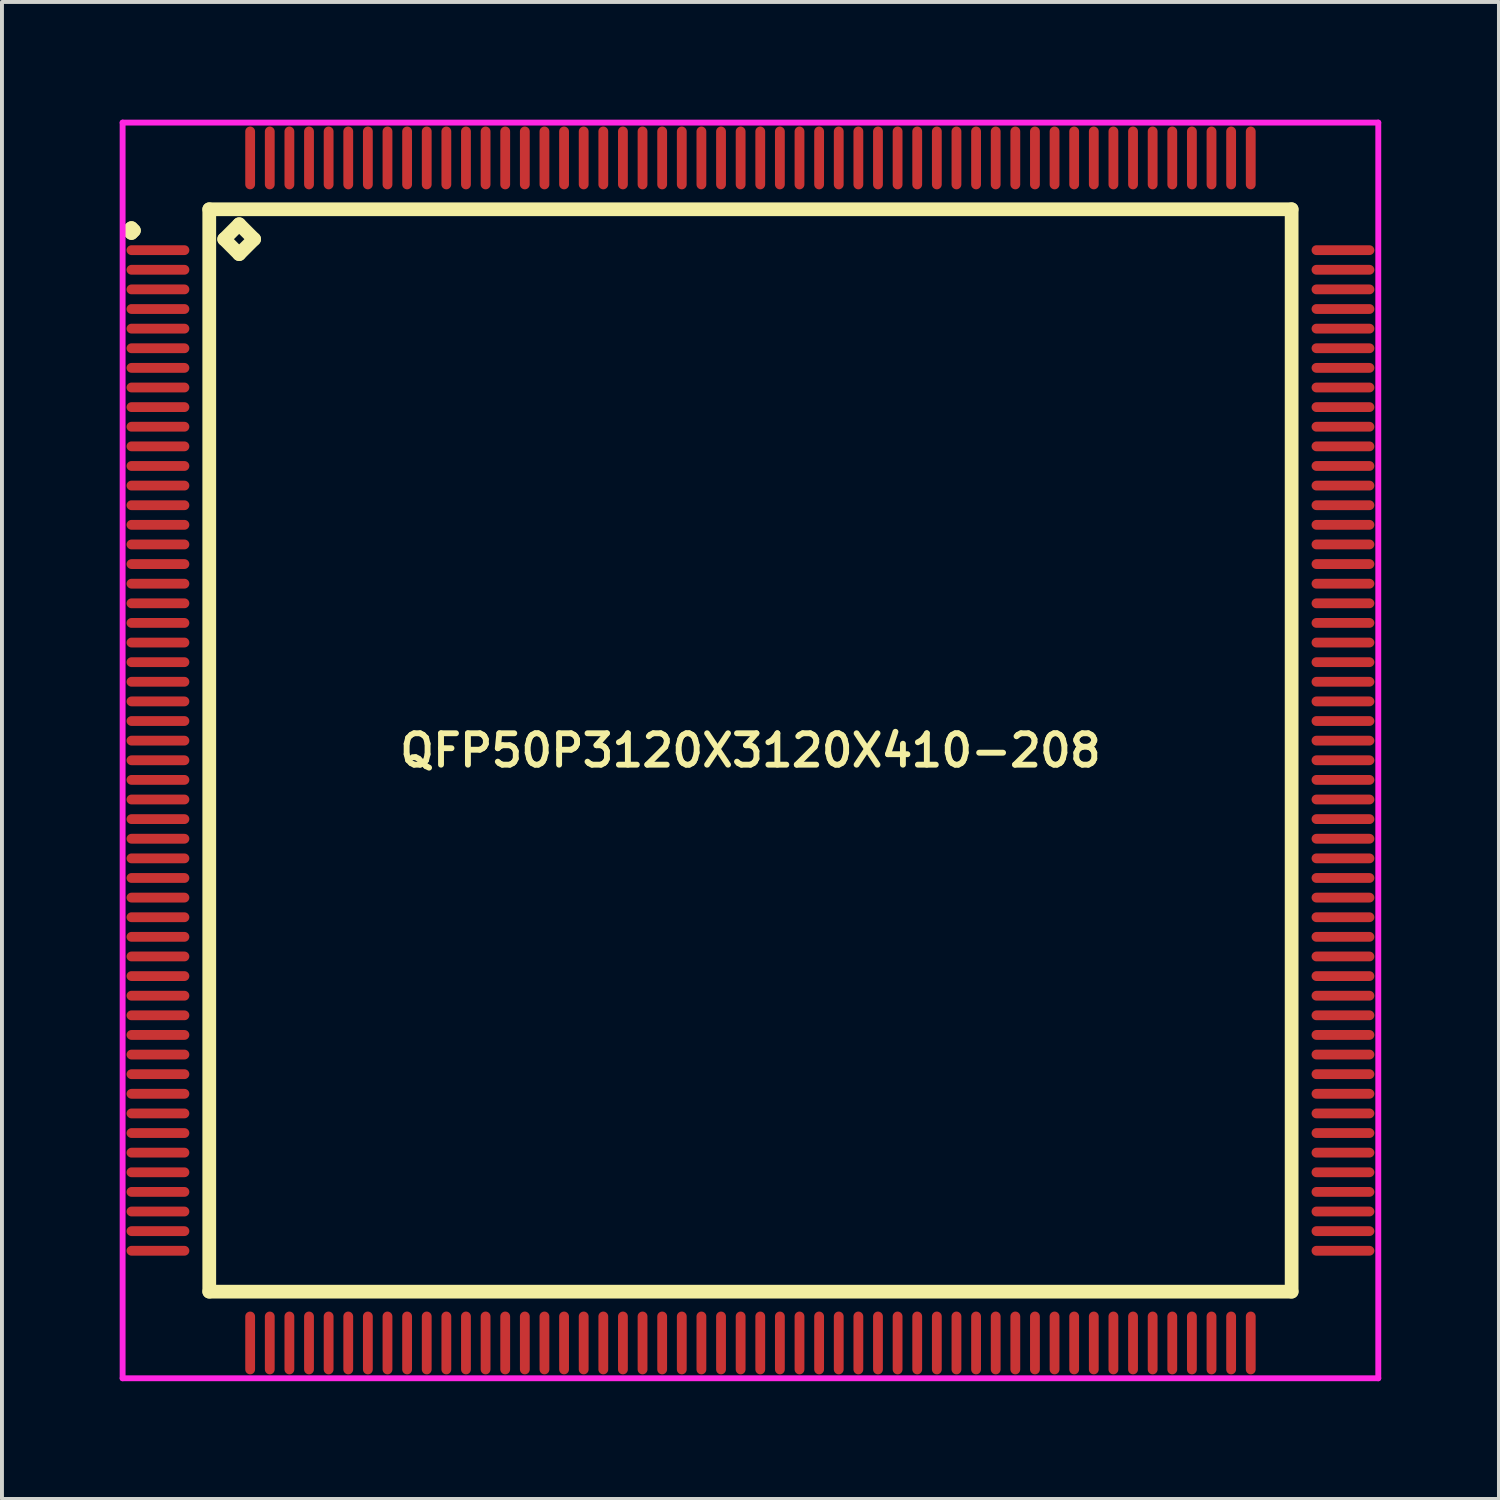
<source format=kicad_pcb>
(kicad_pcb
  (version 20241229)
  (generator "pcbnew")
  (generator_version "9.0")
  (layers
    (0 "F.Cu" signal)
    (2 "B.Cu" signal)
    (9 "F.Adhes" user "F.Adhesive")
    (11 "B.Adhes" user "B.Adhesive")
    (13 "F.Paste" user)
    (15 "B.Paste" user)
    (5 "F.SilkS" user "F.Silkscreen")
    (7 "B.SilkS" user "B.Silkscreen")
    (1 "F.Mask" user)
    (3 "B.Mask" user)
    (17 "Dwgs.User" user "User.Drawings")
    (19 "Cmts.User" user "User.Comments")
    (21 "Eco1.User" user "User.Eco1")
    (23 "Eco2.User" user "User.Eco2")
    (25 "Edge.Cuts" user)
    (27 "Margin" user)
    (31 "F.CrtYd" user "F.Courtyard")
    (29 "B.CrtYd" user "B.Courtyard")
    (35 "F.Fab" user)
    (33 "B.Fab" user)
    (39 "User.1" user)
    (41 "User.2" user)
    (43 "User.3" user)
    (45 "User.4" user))
  (footprint "QFP50P3120X3120X410-208"
    (layer "F.Cu")
    (at 16.075 16.075)
    (property "Reference" "QFP50P3120X3120X410-208" (at 0 0 0) (layer "F.SilkS") (effects (font (size 0.8 0.8) (thickness 0.15))))
    (attr through_hole)
    (fp_line (start -15.838 -13.25) (end -15.775 -13.312) (stroke (width 0.35) (type solid)) (layer "F.SilkS"))
    (fp_line (start -15.775 -13.312) (end -15.713 -13.25) (stroke (width 0.35) (type solid)) (layer "F.SilkS"))
    (fp_line (start -15.775 -13.188) (end -15.838 -13.25) (stroke (width 0.35) (type solid)) (layer "F.SilkS"))
    (fp_line (start -15.713 -13.25) (end -15.775 -13.188) (stroke (width 0.35) (type solid)) (layer "F.SilkS"))
    (fp_line (start -13.792 -13.792) (end -13.792 13.792) (stroke (width 0.35) (type solid)) (layer "F.SilkS"))
    (fp_line (start -13.792 13.792) (end 13.792 13.792) (stroke (width 0.35) (type solid)) (layer "F.SilkS"))
    (fp_line (start -13.411 -13.03) (end -13.03 -13.411) (stroke (width 0.35) (type solid)) (layer "F.SilkS"))
    (fp_line (start -13.03 -13.411) (end -12.649 -13.03) (stroke (width 0.35) (type solid)) (layer "F.SilkS"))
    (fp_line (start -13.03 -12.649) (end -13.411 -13.03) (stroke (width 0.35) (type solid)) (layer "F.SilkS"))
    (fp_line (start -12.649 -13.03) (end -13.03 -12.649) (stroke (width 0.35) (type solid)) (layer "F.SilkS"))
    (fp_line (start 13.792 -13.792) (end -13.792 -13.792) (stroke (width 0.35) (type solid)) (layer "F.SilkS"))
    (fp_line (start 13.792 13.792) (end 13.792 -13.792) (stroke (width 0.35) (type solid)) (layer "F.SilkS"))
    (fp_line (start -16 -16) (end 16 -16) (stroke (width 0.15) (type solid)) (layer "F.CrtYd"))
    (fp_line (start -16 16) (end -16 -16) (stroke (width 0.15) (type solid)) (layer "F.CrtYd"))
    (fp_line (start 16 -16) (end 16 16) (stroke (width 0.15) (type solid)) (layer "F.CrtYd"))
    (fp_line (start 16 16) (end -16 16) (stroke (width 0.15) (type solid)) (layer "F.CrtYd"))
    (pad "1" smd oval (at -15.1 -12.75) (size 1.6 0.25) (layers "F.Cu" "F.Mask" "F.Paste"))
    (pad "2" smd oval (at -15.1 -12.25) (size 1.6 0.25) (layers "F.Cu" "F.Mask" "F.Paste"))
    (pad "3" smd oval (at -15.1 -11.75) (size 1.6 0.25) (layers "F.Cu" "F.Mask" "F.Paste"))
    (pad "4" smd oval (at -15.1 -11.25) (size 1.6 0.25) (layers "F.Cu" "F.Mask" "F.Paste"))
    (pad "5" smd oval (at -15.1 -10.75) (size 1.6 0.25) (layers "F.Cu" "F.Mask" "F.Paste"))
    (pad "6" smd oval (at -15.1 -10.25) (size 1.6 0.25) (layers "F.Cu" "F.Mask" "F.Paste"))
    (pad "7" smd oval (at -15.1 -9.75) (size 1.6 0.25) (layers "F.Cu" "F.Mask" "F.Paste"))
    (pad "8" smd oval (at -15.1 -9.25) (size 1.6 0.25) (layers "F.Cu" "F.Mask" "F.Paste"))
    (pad "9" smd oval (at -15.1 -8.75) (size 1.6 0.25) (layers "F.Cu" "F.Mask" "F.Paste"))
    (pad "10" smd oval (at -15.1 -8.25) (size 1.6 0.25) (layers "F.Cu" "F.Mask" "F.Paste"))
    (pad "11" smd oval (at -15.1 -7.75) (size 1.6 0.25) (layers "F.Cu" "F.Mask" "F.Paste"))
    (pad "12" smd oval (at -15.1 -7.25) (size 1.6 0.25) (layers "F.Cu" "F.Mask" "F.Paste"))
    (pad "13" smd oval (at -15.1 -6.75) (size 1.6 0.25) (layers "F.Cu" "F.Mask" "F.Paste"))
    (pad "14" smd oval (at -15.1 -6.25) (size 1.6 0.25) (layers "F.Cu" "F.Mask" "F.Paste"))
    (pad "15" smd oval (at -15.1 -5.75) (size 1.6 0.25) (layers "F.Cu" "F.Mask" "F.Paste"))
    (pad "16" smd oval (at -15.1 -5.25) (size 1.6 0.25) (layers "F.Cu" "F.Mask" "F.Paste"))
    (pad "17" smd oval (at -15.1 -4.75) (size 1.6 0.25) (layers "F.Cu" "F.Mask" "F.Paste"))
    (pad "18" smd oval (at -15.1 -4.25) (size 1.6 0.25) (layers "F.Cu" "F.Mask" "F.Paste"))
    (pad "19" smd oval (at -15.1 -3.75) (size 1.6 0.25) (layers "F.Cu" "F.Mask" "F.Paste"))
    (pad "20" smd oval (at -15.1 -3.25) (size 1.6 0.25) (layers "F.Cu" "F.Mask" "F.Paste"))
    (pad "21" smd oval (at -15.1 -2.75) (size 1.6 0.25) (layers "F.Cu" "F.Mask" "F.Paste"))
    (pad "22" smd oval (at -15.1 -2.25) (size 1.6 0.25) (layers "F.Cu" "F.Mask" "F.Paste"))
    (pad "23" smd oval (at -15.1 -1.75) (size 1.6 0.25) (layers "F.Cu" "F.Mask" "F.Paste"))
    (pad "24" smd oval (at -15.1 -1.25) (size 1.6 0.25) (layers "F.Cu" "F.Mask" "F.Paste"))
    (pad "25" smd oval (at -15.1 -0.75) (size 1.6 0.25) (layers "F.Cu" "F.Mask" "F.Paste"))
    (pad "26" smd oval (at -15.1 -0.25) (size 1.6 0.25) (layers "F.Cu" "F.Mask" "F.Paste"))
    (pad "27" smd oval (at -15.1 0.25) (size 1.6 0.25) (layers "F.Cu" "F.Mask" "F.Paste"))
    (pad "28" smd oval (at -15.1 0.75) (size 1.6 0.25) (layers "F.Cu" "F.Mask" "F.Paste"))
    (pad "29" smd oval (at -15.1 1.25) (size 1.6 0.25) (layers "F.Cu" "F.Mask" "F.Paste"))
    (pad "30" smd oval (at -15.1 1.75) (size 1.6 0.25) (layers "F.Cu" "F.Mask" "F.Paste"))
    (pad "31" smd oval (at -15.1 2.25) (size 1.6 0.25) (layers "F.Cu" "F.Mask" "F.Paste"))
    (pad "32" smd oval (at -15.1 2.75) (size 1.6 0.25) (layers "F.Cu" "F.Mask" "F.Paste"))
    (pad "33" smd oval (at -15.1 3.25) (size 1.6 0.25) (layers "F.Cu" "F.Mask" "F.Paste"))
    (pad "34" smd oval (at -15.1 3.75) (size 1.6 0.25) (layers "F.Cu" "F.Mask" "F.Paste"))
    (pad "35" smd oval (at -15.1 4.25) (size 1.6 0.25) (layers "F.Cu" "F.Mask" "F.Paste"))
    (pad "36" smd oval (at -15.1 4.75) (size 1.6 0.25) (layers "F.Cu" "F.Mask" "F.Paste"))
    (pad "37" smd oval (at -15.1 5.25) (size 1.6 0.25) (layers "F.Cu" "F.Mask" "F.Paste"))
    (pad "38" smd oval (at -15.1 5.75) (size 1.6 0.25) (layers "F.Cu" "F.Mask" "F.Paste"))
    (pad "39" smd oval (at -15.1 6.25) (size 1.6 0.25) (layers "F.Cu" "F.Mask" "F.Paste"))
    (pad "40" smd oval (at -15.1 6.75) (size 1.6 0.25) (layers "F.Cu" "F.Mask" "F.Paste"))
    (pad "41" smd oval (at -15.1 7.25) (size 1.6 0.25) (layers "F.Cu" "F.Mask" "F.Paste"))
    (pad "42" smd oval (at -15.1 7.75) (size 1.6 0.25) (layers "F.Cu" "F.Mask" "F.Paste"))
    (pad "43" smd oval (at -15.1 8.25) (size 1.6 0.25) (layers "F.Cu" "F.Mask" "F.Paste"))
    (pad "44" smd oval (at -15.1 8.75) (size 1.6 0.25) (layers "F.Cu" "F.Mask" "F.Paste"))
    (pad "45" smd oval (at -15.1 9.25) (size 1.6 0.25) (layers "F.Cu" "F.Mask" "F.Paste"))
    (pad "46" smd oval (at -15.1 9.75) (size 1.6 0.25) (layers "F.Cu" "F.Mask" "F.Paste"))
    (pad "47" smd oval (at -15.1 10.25) (size 1.6 0.25) (layers "F.Cu" "F.Mask" "F.Paste"))
    (pad "48" smd oval (at -15.1 10.75) (size 1.6 0.25) (layers "F.Cu" "F.Mask" "F.Paste"))
    (pad "49" smd oval (at -15.1 11.25) (size 1.6 0.25) (layers "F.Cu" "F.Mask" "F.Paste"))
    (pad "50" smd oval (at -15.1 11.75) (size 1.6 0.25) (layers "F.Cu" "F.Mask" "F.Paste"))
    (pad "51" smd oval (at -15.1 12.25) (size 1.6 0.25) (layers "F.Cu" "F.Mask" "F.Paste"))
    (pad "52" smd oval (at -15.1 12.75) (size 1.6 0.25) (layers "F.Cu" "F.Mask" "F.Paste"))
    (pad "53" smd oval (at -12.75 15.1) (size 0.25 1.6) (layers "F.Cu" "F.Mask" "F.Paste"))
    (pad "54" smd oval (at -12.25 15.1) (size 0.25 1.6) (layers "F.Cu" "F.Mask" "F.Paste"))
    (pad "55" smd oval (at -11.75 15.1) (size 0.25 1.6) (layers "F.Cu" "F.Mask" "F.Paste"))
    (pad "56" smd oval (at -11.25 15.1) (size 0.25 1.6) (layers "F.Cu" "F.Mask" "F.Paste"))
    (pad "57" smd oval (at -10.75 15.1) (size 0.25 1.6) (layers "F.Cu" "F.Mask" "F.Paste"))
    (pad "58" smd oval (at -10.25 15.1) (size 0.25 1.6) (layers "F.Cu" "F.Mask" "F.Paste"))
    (pad "59" smd oval (at -9.75 15.1) (size 0.25 1.6) (layers "F.Cu" "F.Mask" "F.Paste"))
    (pad "60" smd oval (at -9.25 15.1) (size 0.25 1.6) (layers "F.Cu" "F.Mask" "F.Paste"))
    (pad "61" smd oval (at -8.75 15.1) (size 0.25 1.6) (layers "F.Cu" "F.Mask" "F.Paste"))
    (pad "62" smd oval (at -8.25 15.1) (size 0.25 1.6) (layers "F.Cu" "F.Mask" "F.Paste"))
    (pad "63" smd oval (at -7.75 15.1) (size 0.25 1.6) (layers "F.Cu" "F.Mask" "F.Paste"))
    (pad "64" smd oval (at -7.25 15.1) (size 0.25 1.6) (layers "F.Cu" "F.Mask" "F.Paste"))
    (pad "65" smd oval (at -6.75 15.1) (size 0.25 1.6) (layers "F.Cu" "F.Mask" "F.Paste"))
    (pad "66" smd oval (at -6.25 15.1) (size 0.25 1.6) (layers "F.Cu" "F.Mask" "F.Paste"))
    (pad "67" smd oval (at -5.75 15.1) (size 0.25 1.6) (layers "F.Cu" "F.Mask" "F.Paste"))
    (pad "68" smd oval (at -5.25 15.1) (size 0.25 1.6) (layers "F.Cu" "F.Mask" "F.Paste"))
    (pad "69" smd oval (at -4.75 15.1) (size 0.25 1.6) (layers "F.Cu" "F.Mask" "F.Paste"))
    (pad "70" smd oval (at -4.25 15.1) (size 0.25 1.6) (layers "F.Cu" "F.Mask" "F.Paste"))
    (pad "71" smd oval (at -3.75 15.1) (size 0.25 1.6) (layers "F.Cu" "F.Mask" "F.Paste"))
    (pad "72" smd oval (at -3.25 15.1) (size 0.25 1.6) (layers "F.Cu" "F.Mask" "F.Paste"))
    (pad "73" smd oval (at -2.75 15.1) (size 0.25 1.6) (layers "F.Cu" "F.Mask" "F.Paste"))
    (pad "74" smd oval (at -2.25 15.1) (size 0.25 1.6) (layers "F.Cu" "F.Mask" "F.Paste"))
    (pad "75" smd oval (at -1.75 15.1) (size 0.25 1.6) (layers "F.Cu" "F.Mask" "F.Paste"))
    (pad "76" smd oval (at -1.25 15.1) (size 0.25 1.6) (layers "F.Cu" "F.Mask" "F.Paste"))
    (pad "77" smd oval (at -0.75 15.1) (size 0.25 1.6) (layers "F.Cu" "F.Mask" "F.Paste"))
    (pad "78" smd oval (at -0.25 15.1) (size 0.25 1.6) (layers "F.Cu" "F.Mask" "F.Paste"))
    (pad "79" smd oval (at 0.25 15.1) (size 0.25 1.6) (layers "F.Cu" "F.Mask" "F.Paste"))
    (pad "80" smd oval (at 0.75 15.1) (size 0.25 1.6) (layers "F.Cu" "F.Mask" "F.Paste"))
    (pad "81" smd oval (at 1.25 15.1) (size 0.25 1.6) (layers "F.Cu" "F.Mask" "F.Paste"))
    (pad "82" smd oval (at 1.75 15.1) (size 0.25 1.6) (layers "F.Cu" "F.Mask" "F.Paste"))
    (pad "83" smd oval (at 2.25 15.1) (size 0.25 1.6) (layers "F.Cu" "F.Mask" "F.Paste"))
    (pad "84" smd oval (at 2.75 15.1) (size 0.25 1.6) (layers "F.Cu" "F.Mask" "F.Paste"))
    (pad "85" smd oval (at 3.25 15.1) (size 0.25 1.6) (layers "F.Cu" "F.Mask" "F.Paste"))
    (pad "86" smd oval (at 3.75 15.1) (size 0.25 1.6) (layers "F.Cu" "F.Mask" "F.Paste"))
    (pad "87" smd oval (at 4.25 15.1) (size 0.25 1.6) (layers "F.Cu" "F.Mask" "F.Paste"))
    (pad "88" smd oval (at 4.75 15.1) (size 0.25 1.6) (layers "F.Cu" "F.Mask" "F.Paste"))
    (pad "89" smd oval (at 5.25 15.1) (size 0.25 1.6) (layers "F.Cu" "F.Mask" "F.Paste"))
    (pad "90" smd oval (at 5.75 15.1) (size 0.25 1.6) (layers "F.Cu" "F.Mask" "F.Paste"))
    (pad "91" smd oval (at 6.25 15.1) (size 0.25 1.6) (layers "F.Cu" "F.Mask" "F.Paste"))
    (pad "92" smd oval (at 6.75 15.1) (size 0.25 1.6) (layers "F.Cu" "F.Mask" "F.Paste"))
    (pad "93" smd oval (at 7.25 15.1) (size 0.25 1.6) (layers "F.Cu" "F.Mask" "F.Paste"))
    (pad "94" smd oval (at 7.75 15.1) (size 0.25 1.6) (layers "F.Cu" "F.Mask" "F.Paste"))
    (pad "95" smd oval (at 8.25 15.1) (size 0.25 1.6) (layers "F.Cu" "F.Mask" "F.Paste"))
    (pad "96" smd oval (at 8.75 15.1) (size 0.25 1.6) (layers "F.Cu" "F.Mask" "F.Paste"))
    (pad "97" smd oval (at 9.25 15.1) (size 0.25 1.6) (layers "F.Cu" "F.Mask" "F.Paste"))
    (pad "98" smd oval (at 9.75 15.1) (size 0.25 1.6) (layers "F.Cu" "F.Mask" "F.Paste"))
    (pad "99" smd oval (at 10.25 15.1) (size 0.25 1.6) (layers "F.Cu" "F.Mask" "F.Paste"))
    (pad "100" smd oval (at 10.75 15.1) (size 0.25 1.6) (layers "F.Cu" "F.Mask" "F.Paste"))
    (pad "101" smd oval (at 11.25 15.1) (size 0.25 1.6) (layers "F.Cu" "F.Mask" "F.Paste"))
    (pad "102" smd oval (at 11.75 15.1) (size 0.25 1.6) (layers "F.Cu" "F.Mask" "F.Paste"))
    (pad "103" smd oval (at 12.25 15.1) (size 0.25 1.6) (layers "F.Cu" "F.Mask" "F.Paste"))
    (pad "104" smd oval (at 12.75 15.1) (size 0.25 1.6) (layers "F.Cu" "F.Mask" "F.Paste"))
    (pad "105" smd oval (at 15.1 12.75) (size 1.6 0.25) (layers "F.Cu" "F.Mask" "F.Paste"))
    (pad "106" smd oval (at 15.1 12.25) (size 1.6 0.25) (layers "F.Cu" "F.Mask" "F.Paste"))
    (pad "107" smd oval (at 15.1 11.75) (size 1.6 0.25) (layers "F.Cu" "F.Mask" "F.Paste"))
    (pad "108" smd oval (at 15.1 11.25) (size 1.6 0.25) (layers "F.Cu" "F.Mask" "F.Paste"))
    (pad "109" smd oval (at 15.1 10.75) (size 1.6 0.25) (layers "F.Cu" "F.Mask" "F.Paste"))
    (pad "110" smd oval (at 15.1 10.25) (size 1.6 0.25) (layers "F.Cu" "F.Mask" "F.Paste"))
    (pad "111" smd oval (at 15.1 9.75) (size 1.6 0.25) (layers "F.Cu" "F.Mask" "F.Paste"))
    (pad "112" smd oval (at 15.1 9.25) (size 1.6 0.25) (layers "F.Cu" "F.Mask" "F.Paste"))
    (pad "113" smd oval (at 15.1 8.75) (size 1.6 0.25) (layers "F.Cu" "F.Mask" "F.Paste"))
    (pad "114" smd oval (at 15.1 8.25) (size 1.6 0.25) (layers "F.Cu" "F.Mask" "F.Paste"))
    (pad "115" smd oval (at 15.1 7.75) (size 1.6 0.25) (layers "F.Cu" "F.Mask" "F.Paste"))
    (pad "116" smd oval (at 15.1 7.25) (size 1.6 0.25) (layers "F.Cu" "F.Mask" "F.Paste"))
    (pad "117" smd oval (at 15.1 6.75) (size 1.6 0.25) (layers "F.Cu" "F.Mask" "F.Paste"))
    (pad "118" smd oval (at 15.1 6.25) (size 1.6 0.25) (layers "F.Cu" "F.Mask" "F.Paste"))
    (pad "119" smd oval (at 15.1 5.75) (size 1.6 0.25) (layers "F.Cu" "F.Mask" "F.Paste"))
    (pad "120" smd oval (at 15.1 5.25) (size 1.6 0.25) (layers "F.Cu" "F.Mask" "F.Paste"))
    (pad "121" smd oval (at 15.1 4.75) (size 1.6 0.25) (layers "F.Cu" "F.Mask" "F.Paste"))
    (pad "122" smd oval (at 15.1 4.25) (size 1.6 0.25) (layers "F.Cu" "F.Mask" "F.Paste"))
    (pad "123" smd oval (at 15.1 3.75) (size 1.6 0.25) (layers "F.Cu" "F.Mask" "F.Paste"))
    (pad "124" smd oval (at 15.1 3.25) (size 1.6 0.25) (layers "F.Cu" "F.Mask" "F.Paste"))
    (pad "125" smd oval (at 15.1 2.75) (size 1.6 0.25) (layers "F.Cu" "F.Mask" "F.Paste"))
    (pad "126" smd oval (at 15.1 2.25) (size 1.6 0.25) (layers "F.Cu" "F.Mask" "F.Paste"))
    (pad "127" smd oval (at 15.1 1.75) (size 1.6 0.25) (layers "F.Cu" "F.Mask" "F.Paste"))
    (pad "128" smd oval (at 15.1 1.25) (size 1.6 0.25) (layers "F.Cu" "F.Mask" "F.Paste"))
    (pad "129" smd oval (at 15.1 0.75) (size 1.6 0.25) (layers "F.Cu" "F.Mask" "F.Paste"))
    (pad "130" smd oval (at 15.1 0.25) (size 1.6 0.25) (layers "F.Cu" "F.Mask" "F.Paste"))
    (pad "131" smd oval (at 15.1 -0.25) (size 1.6 0.25) (layers "F.Cu" "F.Mask" "F.Paste"))
    (pad "132" smd oval (at 15.1 -0.75) (size 1.6 0.25) (layers "F.Cu" "F.Mask" "F.Paste"))
    (pad "133" smd oval (at 15.1 -1.25) (size 1.6 0.25) (layers "F.Cu" "F.Mask" "F.Paste"))
    (pad "134" smd oval (at 15.1 -1.75) (size 1.6 0.25) (layers "F.Cu" "F.Mask" "F.Paste"))
    (pad "135" smd oval (at 15.1 -2.25) (size 1.6 0.25) (layers "F.Cu" "F.Mask" "F.Paste"))
    (pad "136" smd oval (at 15.1 -2.75) (size 1.6 0.25) (layers "F.Cu" "F.Mask" "F.Paste"))
    (pad "137" smd oval (at 15.1 -3.25) (size 1.6 0.25) (layers "F.Cu" "F.Mask" "F.Paste"))
    (pad "138" smd oval (at 15.1 -3.75) (size 1.6 0.25) (layers "F.Cu" "F.Mask" "F.Paste"))
    (pad "139" smd oval (at 15.1 -4.25) (size 1.6 0.25) (layers "F.Cu" "F.Mask" "F.Paste"))
    (pad "140" smd oval (at 15.1 -4.75) (size 1.6 0.25) (layers "F.Cu" "F.Mask" "F.Paste"))
    (pad "141" smd oval (at 15.1 -5.25) (size 1.6 0.25) (layers "F.Cu" "F.Mask" "F.Paste"))
    (pad "142" smd oval (at 15.1 -5.75) (size 1.6 0.25) (layers "F.Cu" "F.Mask" "F.Paste"))
    (pad "143" smd oval (at 15.1 -6.25) (size 1.6 0.25) (layers "F.Cu" "F.Mask" "F.Paste"))
    (pad "144" smd oval (at 15.1 -6.75) (size 1.6 0.25) (layers "F.Cu" "F.Mask" "F.Paste"))
    (pad "145" smd oval (at 15.1 -7.25) (size 1.6 0.25) (layers "F.Cu" "F.Mask" "F.Paste"))
    (pad "146" smd oval (at 15.1 -7.75) (size 1.6 0.25) (layers "F.Cu" "F.Mask" "F.Paste"))
    (pad "147" smd oval (at 15.1 -8.25) (size 1.6 0.25) (layers "F.Cu" "F.Mask" "F.Paste"))
    (pad "148" smd oval (at 15.1 -8.75) (size 1.6 0.25) (layers "F.Cu" "F.Mask" "F.Paste"))
    (pad "149" smd oval (at 15.1 -9.25) (size 1.6 0.25) (layers "F.Cu" "F.Mask" "F.Paste"))
    (pad "150" smd oval (at 15.1 -9.75) (size 1.6 0.25) (layers "F.Cu" "F.Mask" "F.Paste"))
    (pad "151" smd oval (at 15.1 -10.25) (size 1.6 0.25) (layers "F.Cu" "F.Mask" "F.Paste"))
    (pad "152" smd oval (at 15.1 -10.75) (size 1.6 0.25) (layers "F.Cu" "F.Mask" "F.Paste"))
    (pad "153" smd oval (at 15.1 -11.25) (size 1.6 0.25) (layers "F.Cu" "F.Mask" "F.Paste"))
    (pad "154" smd oval (at 15.1 -11.75) (size 1.6 0.25) (layers "F.Cu" "F.Mask" "F.Paste"))
    (pad "155" smd oval (at 15.1 -12.25) (size 1.6 0.25) (layers "F.Cu" "F.Mask" "F.Paste"))
    (pad "156" smd oval (at 15.1 -12.75) (size 1.6 0.25) (layers "F.Cu" "F.Mask" "F.Paste"))
    (pad "157" smd oval (at 12.75 -15.1) (size 0.25 1.6) (layers "F.Cu" "F.Mask" "F.Paste"))
    (pad "158" smd oval (at 12.25 -15.1) (size 0.25 1.6) (layers "F.Cu" "F.Mask" "F.Paste"))
    (pad "159" smd oval (at 11.75 -15.1) (size 0.25 1.6) (layers "F.Cu" "F.Mask" "F.Paste"))
    (pad "160" smd oval (at 11.25 -15.1) (size 0.25 1.6) (layers "F.Cu" "F.Mask" "F.Paste"))
    (pad "161" smd oval (at 10.75 -15.1) (size 0.25 1.6) (layers "F.Cu" "F.Mask" "F.Paste"))
    (pad "162" smd oval (at 10.25 -15.1) (size 0.25 1.6) (layers "F.Cu" "F.Mask" "F.Paste"))
    (pad "163" smd oval (at 9.75 -15.1) (size 0.25 1.6) (layers "F.Cu" "F.Mask" "F.Paste"))
    (pad "164" smd oval (at 9.25 -15.1) (size 0.25 1.6) (layers "F.Cu" "F.Mask" "F.Paste"))
    (pad "165" smd oval (at 8.75 -15.1) (size 0.25 1.6) (layers "F.Cu" "F.Mask" "F.Paste"))
    (pad "166" smd oval (at 8.25 -15.1) (size 0.25 1.6) (layers "F.Cu" "F.Mask" "F.Paste"))
    (pad "167" smd oval (at 7.75 -15.1) (size 0.25 1.6) (layers "F.Cu" "F.Mask" "F.Paste"))
    (pad "168" smd oval (at 7.25 -15.1) (size 0.25 1.6) (layers "F.Cu" "F.Mask" "F.Paste"))
    (pad "169" smd oval (at 6.75 -15.1) (size 0.25 1.6) (layers "F.Cu" "F.Mask" "F.Paste"))
    (pad "170" smd oval (at 6.25 -15.1) (size 0.25 1.6) (layers "F.Cu" "F.Mask" "F.Paste"))
    (pad "171" smd oval (at 5.75 -15.1) (size 0.25 1.6) (layers "F.Cu" "F.Mask" "F.Paste"))
    (pad "172" smd oval (at 5.25 -15.1) (size 0.25 1.6) (layers "F.Cu" "F.Mask" "F.Paste"))
    (pad "173" smd oval (at 4.75 -15.1) (size 0.25 1.6) (layers "F.Cu" "F.Mask" "F.Paste"))
    (pad "174" smd oval (at 4.25 -15.1) (size 0.25 1.6) (layers "F.Cu" "F.Mask" "F.Paste"))
    (pad "175" smd oval (at 3.75 -15.1) (size 0.25 1.6) (layers "F.Cu" "F.Mask" "F.Paste"))
    (pad "176" smd oval (at 3.25 -15.1) (size 0.25 1.6) (layers "F.Cu" "F.Mask" "F.Paste"))
    (pad "177" smd oval (at 2.75 -15.1) (size 0.25 1.6) (layers "F.Cu" "F.Mask" "F.Paste"))
    (pad "178" smd oval (at 2.25 -15.1) (size 0.25 1.6) (layers "F.Cu" "F.Mask" "F.Paste"))
    (pad "179" smd oval (at 1.75 -15.1) (size 0.25 1.6) (layers "F.Cu" "F.Mask" "F.Paste"))
    (pad "180" smd oval (at 1.25 -15.1) (size 0.25 1.6) (layers "F.Cu" "F.Mask" "F.Paste"))
    (pad "181" smd oval (at 0.75 -15.1) (size 0.25 1.6) (layers "F.Cu" "F.Mask" "F.Paste"))
    (pad "182" smd oval (at 0.25 -15.1) (size 0.25 1.6) (layers "F.Cu" "F.Mask" "F.Paste"))
    (pad "183" smd oval (at -0.25 -15.1) (size 0.25 1.6) (layers "F.Cu" "F.Mask" "F.Paste"))
    (pad "184" smd oval (at -0.75 -15.1) (size 0.25 1.6) (layers "F.Cu" "F.Mask" "F.Paste"))
    (pad "185" smd oval (at -1.25 -15.1) (size 0.25 1.6) (layers "F.Cu" "F.Mask" "F.Paste"))
    (pad "186" smd oval (at -1.75 -15.1) (size 0.25 1.6) (layers "F.Cu" "F.Mask" "F.Paste"))
    (pad "187" smd oval (at -2.25 -15.1) (size 0.25 1.6) (layers "F.Cu" "F.Mask" "F.Paste"))
    (pad "188" smd oval (at -2.75 -15.1) (size 0.25 1.6) (layers "F.Cu" "F.Mask" "F.Paste"))
    (pad "189" smd oval (at -3.25 -15.1) (size 0.25 1.6) (layers "F.Cu" "F.Mask" "F.Paste"))
    (pad "190" smd oval (at -3.75 -15.1) (size 0.25 1.6) (layers "F.Cu" "F.Mask" "F.Paste"))
    (pad "191" smd oval (at -4.25 -15.1) (size 0.25 1.6) (layers "F.Cu" "F.Mask" "F.Paste"))
    (pad "192" smd oval (at -4.75 -15.1) (size 0.25 1.6) (layers "F.Cu" "F.Mask" "F.Paste"))
    (pad "193" smd oval (at -5.25 -15.1) (size 0.25 1.6) (layers "F.Cu" "F.Mask" "F.Paste"))
    (pad "194" smd oval (at -5.75 -15.1) (size 0.25 1.6) (layers "F.Cu" "F.Mask" "F.Paste"))
    (pad "195" smd oval (at -6.25 -15.1) (size 0.25 1.6) (layers "F.Cu" "F.Mask" "F.Paste"))
    (pad "196" smd oval (at -6.75 -15.1) (size 0.25 1.6) (layers "F.Cu" "F.Mask" "F.Paste"))
    (pad "197" smd oval (at -7.25 -15.1) (size 0.25 1.6) (layers "F.Cu" "F.Mask" "F.Paste"))
    (pad "198" smd oval (at -7.75 -15.1) (size 0.25 1.6) (layers "F.Cu" "F.Mask" "F.Paste"))
    (pad "199" smd oval (at -8.25 -15.1) (size 0.25 1.6) (layers "F.Cu" "F.Mask" "F.Paste"))
    (pad "200" smd oval (at -8.75 -15.1) (size 0.25 1.6) (layers "F.Cu" "F.Mask" "F.Paste"))
    (pad "201" smd oval (at -9.25 -15.1) (size 0.25 1.6) (layers "F.Cu" "F.Mask" "F.Paste"))
    (pad "202" smd oval (at -9.75 -15.1) (size 0.25 1.6) (layers "F.Cu" "F.Mask" "F.Paste"))
    (pad "203" smd oval (at -10.25 -15.1) (size 0.25 1.6) (layers "F.Cu" "F.Mask" "F.Paste"))
    (pad "204" smd oval (at -10.75 -15.1) (size 0.25 1.6) (layers "F.Cu" "F.Mask" "F.Paste"))
    (pad "205" smd oval (at -11.25 -15.1) (size 0.25 1.6) (layers "F.Cu" "F.Mask" "F.Paste"))
    (pad "206" smd oval (at -11.75 -15.1) (size 0.25 1.6) (layers "F.Cu" "F.Mask" "F.Paste"))
    (pad "207" smd oval (at -12.25 -15.1) (size 0.25 1.6) (layers "F.Cu" "F.Mask" "F.Paste"))
    (pad "208" smd oval (at -12.75 -15.1) (size 0.25 1.6) (layers "F.Cu" "F.Mask" "F.Paste")))
  (gr_rect
    (start -3 -3)
    (end 35.15 35.15)
    (stroke (width 0.1) (type default))
    (fill no)
    (layer "Edge.Cuts")))
</source>
